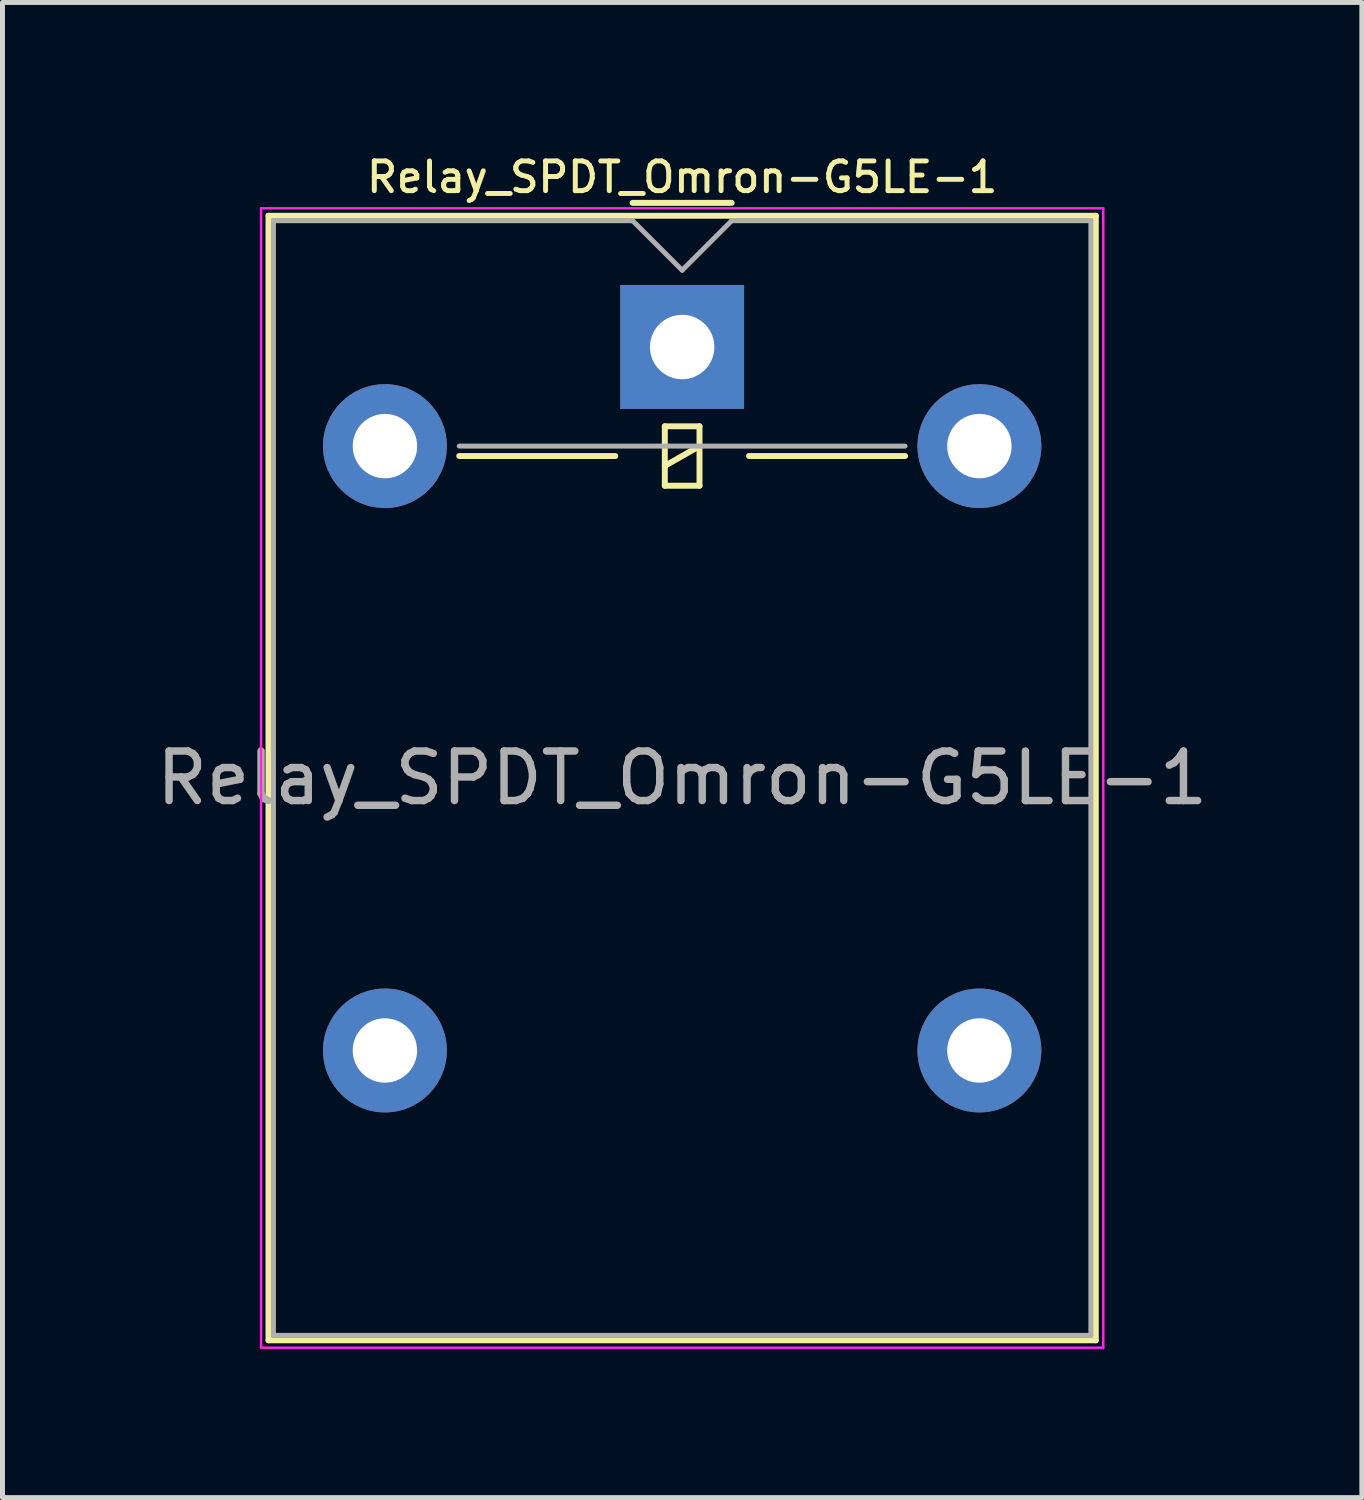
<source format=kicad_pcb>
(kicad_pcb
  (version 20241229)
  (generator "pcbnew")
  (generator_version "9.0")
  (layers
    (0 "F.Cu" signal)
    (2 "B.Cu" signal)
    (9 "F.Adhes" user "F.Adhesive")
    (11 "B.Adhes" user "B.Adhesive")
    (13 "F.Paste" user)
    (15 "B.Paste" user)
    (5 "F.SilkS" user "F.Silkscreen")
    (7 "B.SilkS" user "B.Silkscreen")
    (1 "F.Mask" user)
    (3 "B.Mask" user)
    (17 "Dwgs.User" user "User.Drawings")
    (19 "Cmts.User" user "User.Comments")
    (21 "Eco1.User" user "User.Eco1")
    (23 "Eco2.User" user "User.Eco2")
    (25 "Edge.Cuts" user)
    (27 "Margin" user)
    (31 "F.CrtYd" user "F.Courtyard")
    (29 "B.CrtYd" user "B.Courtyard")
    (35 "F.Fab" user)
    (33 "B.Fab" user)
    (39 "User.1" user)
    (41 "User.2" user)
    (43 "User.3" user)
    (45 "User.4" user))
  (footprint "Relay_SPDT_Omron-G5LE-1"
    (layer "F.Cu")
    (at 10.72 3.955)
    (property "Reference" "Relay_SPDT_Omron-G5LE-1" (at 0 -3.429 0) (layer "F.SilkS") (effects (font (size 0.6 0.6) (thickness 0.1))))
    (attr through_hole)
    (fp_line (start -8.35 -2.65) (end -8.35 20.05) (stroke (width 0.12) (type solid)) (layer "F.SilkS"))
    (fp_line (start -8.35 20.05) (end 8.35 20.05) (stroke (width 0.12) (type solid)) (layer "F.SilkS"))
    (fp_line (start -4.5 2.2) (end -1.35 2.2) (stroke (width 0.12) (type solid)) (layer "F.SilkS"))
    (fp_line (start -1 -2.91) (end 1 -2.91) (stroke (width 0.12) (type solid)) (layer "F.SilkS"))
    (fp_line (start -0.35 1.6) (end -0.35 2.8) (stroke (width 0.12) (type solid)) (layer "F.SilkS"))
    (fp_line (start -0.35 2.4) (end 0.35 2) (stroke (width 0.12) (type solid)) (layer "F.SilkS"))
    (fp_line (start -0.35 2.8) (end 0.35 2.8) (stroke (width 0.12) (type solid)) (layer "F.SilkS"))
    (fp_line (start 0.35 1.6) (end -0.35 1.6) (stroke (width 0.12) (type solid)) (layer "F.SilkS"))
    (fp_line (start 0.35 2.8) (end 0.35 1.6) (stroke (width 0.12) (type solid)) (layer "F.SilkS"))
    (fp_line (start 1.35 2.2) (end 4.5 2.2) (stroke (width 0.12) (type solid)) (layer "F.SilkS"))
    (fp_line (start 8.35 -2.65) (end -8.35 -2.65) (stroke (width 0.12) (type solid)) (layer "F.SilkS"))
    (fp_line (start 8.35 20.05) (end 8.35 -2.65) (stroke (width 0.12) (type solid)) (layer "F.SilkS"))
    (fp_line (start -8.5 -2.8) (end -8.5 20.2) (stroke (width 0.05) (type solid)) (layer "F.CrtYd"))
    (fp_line (start -8.5 20.2) (end 8.5 20.2) (stroke (width 0.05) (type solid)) (layer "F.CrtYd"))
    (fp_line (start 8.5 -2.8) (end -8.5 -2.8) (stroke (width 0.05) (type solid)) (layer "F.CrtYd"))
    (fp_line (start 8.5 20.2) (end 8.5 -2.8) (stroke (width 0.05) (type solid)) (layer "F.CrtYd"))
    (fp_line (start -8.25 -2.55) (end -1 -2.55) (stroke (width 0.1) (type solid)) (layer "F.Fab"))
    (fp_line (start -8.25 19.95) (end -8.25 -2.55) (stroke (width 0.1) (type solid)) (layer "F.Fab"))
    (fp_line (start -4.5 2) (end 4.5 2) (stroke (width 0.1) (type solid)) (layer "F.Fab"))
    (fp_line (start -1 -2.55) (end 0 -1.55) (stroke (width 0.1) (type solid)) (layer "F.Fab"))
    (fp_line (start 0 -1.55) (end 1 -2.55) (stroke (width 0.1) (type solid)) (layer "F.Fab"))
    (fp_line (start 1 -2.55) (end 8.25 -2.55) (stroke (width 0.1) (type solid)) (layer "F.Fab"))
    (fp_line (start 8.25 -2.55) (end 8.25 19.95) (stroke (width 0.1) (type solid)) (layer "F.Fab"))
    (fp_line (start 8.25 19.95) (end -8.25 19.95) (stroke (width 0.1) (type solid)) (layer "F.Fab"))
    (fp_text user "${REFERENCE}" (at 0 8.7 0) (layer "F.Fab") (effects (font (size 1 1) (thickness 0.15))))
    (pad "1" thru_hole rect (at 0 0) (size 2.5 2.5) (drill 1.3) (layers "*.Cu" "*.Mask"))
    (pad "2" thru_hole oval (at -6 2) (size 2.5 2.5) (drill 1.3) (layers "*.Cu" "*.Mask"))
    (pad "3" thru_hole oval (at -6 14.2) (size 2.5 2.5) (drill 1.3) (layers "*.Cu" "*.Mask"))
    (pad "4" thru_hole oval (at 6 14.2) (size 2.5 2.5) (drill 1.3) (layers "*.Cu" "*.Mask"))
    (pad "5" thru_hole oval (at 6 2) (size 2.5 2.5) (drill 1.3) (layers "*.Cu" "*.Mask")))
  (gr_rect
    (start -3 -3)
    (end 24.44 27.18)
    (stroke (width 0.1) (type default))
    (fill no)
    (layer "Edge.Cuts")))
</source>
